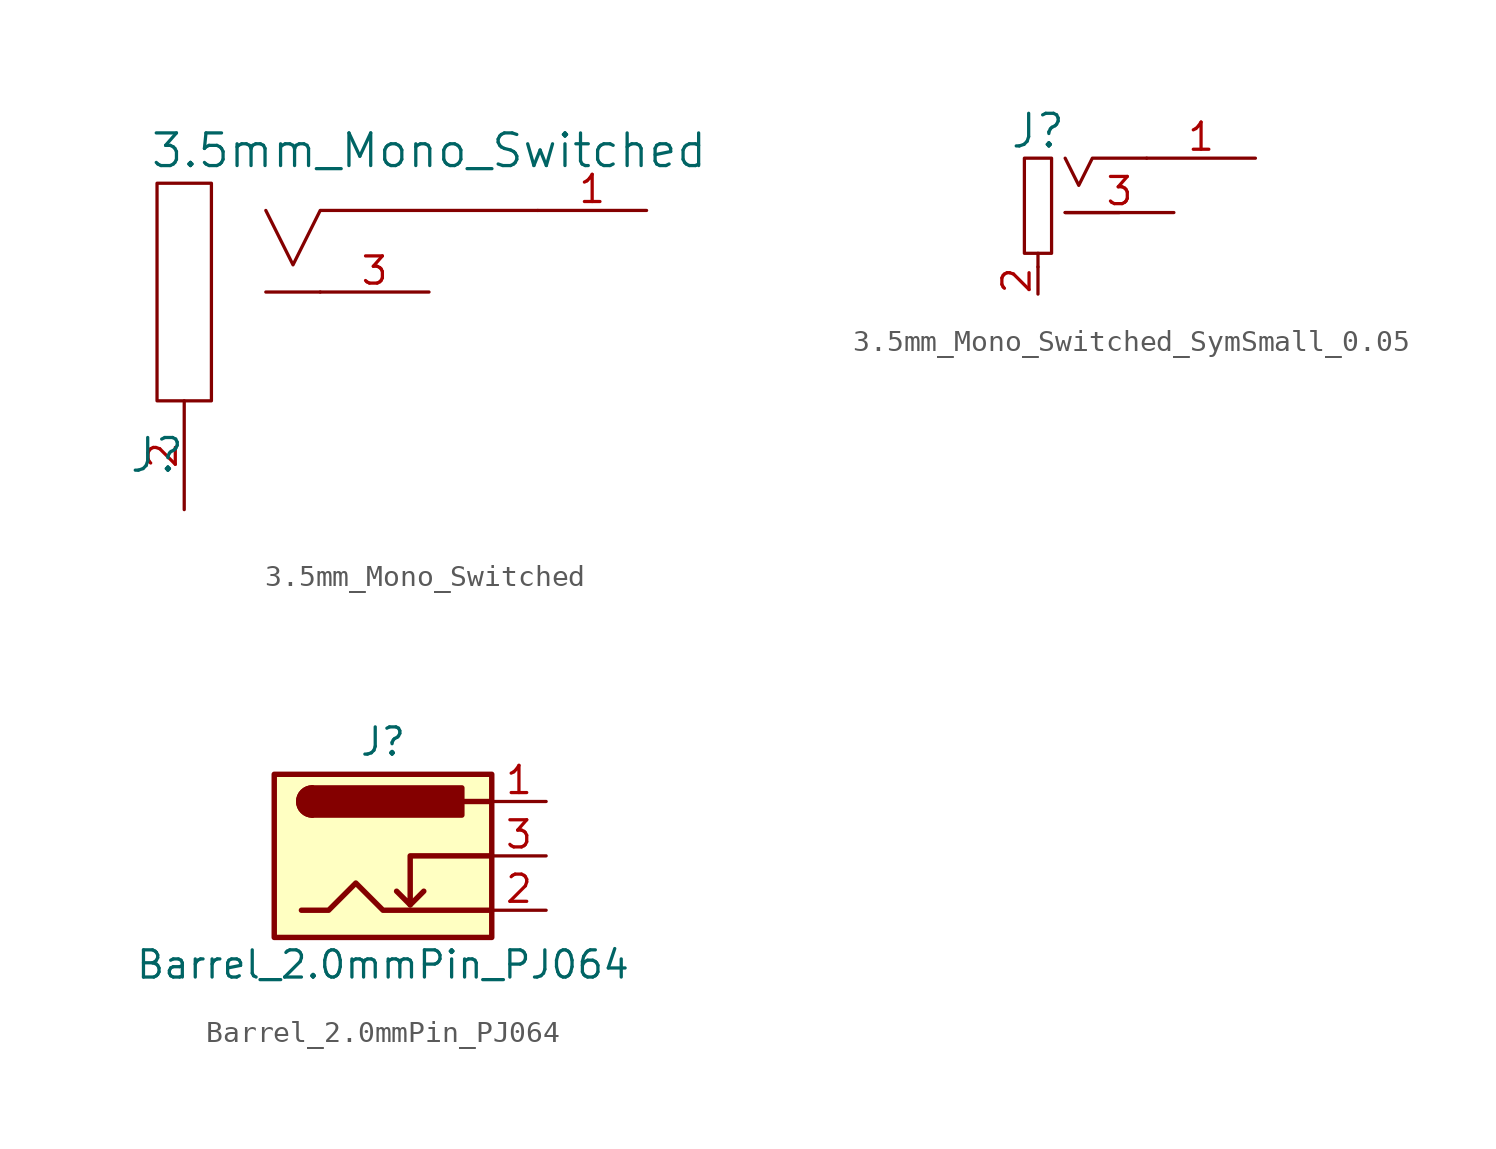
<source format=kicad_sym>
(kicad_symbol_lib
  (version 20211014)
  (generator kicad_symbol_editor)
  (symbol "3.5mm_Mono_Switched"
    (pin_names
      (offset 0) hide)
    (property "Reference" "J"
      (at -6.35 -7.62 0)
      (effects (font (size 1.524 1.524))))
    (property "Value" "3.5mm_Mono_Switched"
      (at 6.35 6.604 0)
      (effects (font (size 1.524 1.524))))
    (property "Datasheet" ""
      (at 0 0 0)
      (effects (font (size 1.524 1.524))))
    (symbol "3.5mm_Mono_Switched_0_0"
      (rectangle (start -6.35 5.08) (end -3.81 -5.08) (stroke (width 0) (type default) (color 0 0 0 0)) (fill (type none)))
      (polyline (pts (xy -1.27 0) (xy 1.27 0)) (stroke (width 0) (type default) (color 0 0 0 0)) (fill (type none)))
      (polyline (pts (xy -1.27 3.81) (xy 0 1.27) (xy 1.27 3.81) (xy 11.43 3.81)) (stroke (width 0) (type default) (color 0 0 0 0)) (fill (type none))))
    (symbol "3.5mm_Mono_Switched_1_1"
      (pin passive line (at 16.51 3.81 180) (length 5.08) (name "SIG" (effects (font (size 1.27 1.27)))) (number "1" (effects (font (size 1.27 1.27)))))
      (pin passive line (at -5.08 -10.16 90) (length 5.08) (name "SHEILD" (effects (font (size 1.27 1.27)))) (number "2" (effects (font (size 1.27 1.27)))))
      (pin passive line (at 6.35 0 180) (length 5.08) (name "SW" (effects (font (size 1.27 1.27)))) (number "3" (effects (font (size 1.27 1.27)))))))
  (symbol "3.5mm_Mono_Switched_SymSmall_0.05"
    (pin_names
      (offset 0) hide)
    (property "Reference" "J"
      (at -2.54 3.81 0)
      (effects (font (size 1.524 1.524))))
    (property "Datasheet" ""
      (at 0 0 0)
      (effects (font (size 1.524 1.524))))
    (symbol "3.5mm_Mono_Switched_SymSmall_0.05_0_0"
      (polyline (pts (xy -1.27 0) (xy 1.27 0)) (stroke (width 0) (type default) (color 0 0 0 0)) (fill (type none))))
    (symbol "3.5mm_Mono_Switched_SymSmall_0.05_0_1"
      (rectangle (start -3.175 2.54) (end -1.905 -1.905) (stroke (width 0) (type default) (color 0 0 0 0)) (fill (type none)))
      (polyline (pts (xy -2.54 -2.54) (xy -2.54 -1.905)) (stroke (width 0) (type default) (color 0 0 0 0)) (fill (type none)))
      (polyline (pts (xy -1.27 2.54) (xy -0.635 1.27) (xy 0 2.54) (xy 2.54 2.54)) (stroke (width 0) (type default) (color 0 0 0 0)) (fill (type none))))
    (symbol "3.5mm_Mono_Switched_SymSmall_0.05_1_1"
      (pin passive line (at 7.62 2.54 180) (length 5.08) (name "SIG" (effects (font (size 1.27 1.27)))) (number "1" (effects (font (size 1.27 1.27)))))
      (pin passive line (at -2.54 -3.81 90) (length 1.27) (name "SHEILD" (effects (font (size 1.27 1.27)))) (number "2" (effects (font (size 1.27 1.27)))))
      (pin passive line (at 3.81 0 180) (length 5.08) (name "SW" (effects (font (size 1.27 1.27)))) (number "3" (effects (font (size 1.27 1.27)))))))
  (symbol "Barrel_2.0mmPin_PJ064"
    (pin_names hide)
    (property "Reference" "J"
      (at 0 5.334 0)
      (effects (font (size 1.27 1.27))))
    (property "Value" "Barrel_2.0mmPin_PJ064"
      (at 0 -5.08 0)
      (effects (font (size 1.27 1.27))))
    (symbol "Barrel_2.0mmPin_PJ064_0_1"
      (rectangle (start -5.08 3.81) (end 5.08 -3.81) (stroke (width 0.254) (type default) (color 0 0 0 0)) (fill (type background)))
      (arc (start -3.302 3.175) (mid -3.937 2.54) (end -3.302 1.905) (stroke (width 0.254) (type default) (color 0 0 0 0)) (fill (type none)))
      (arc (start -3.302 3.175) (mid -3.937 2.54) (end -3.302 1.905) (stroke (width 0.254) (type default) (color 0 0 0 0)) (fill (type outline)))
      (polyline (pts (xy 1.27 -2.286) (xy 1.905 -1.651)) (stroke (width 0.254) (type default) (color 0 0 0 0)) (fill (type none)))
      (polyline (pts (xy 5.08 2.54) (xy 3.81 2.54)) (stroke (width 0.254) (type default) (color 0 0 0 0)) (fill (type none)))
      (polyline (pts (xy 5.08 0) (xy 1.27 0) (xy 1.27 -2.286) (xy 0.635 -1.651)) (stroke (width 0.254) (type default) (color 0 0 0 0)) (fill (type none)))
      (polyline (pts (xy -3.81 -2.54) (xy -2.54 -2.54) (xy -1.27 -1.27) (xy 0 -2.54) (xy 2.54 -2.54) (xy 5.08 -2.54)) (stroke (width 0.254) (type default) (color 0 0 0 0)) (fill (type none)))
      (rectangle (start 3.683 3.175) (end -3.302 1.905) (stroke (width 0.254) (type default) (color 0 0 0 0)) (fill (type outline))))
    (symbol "Barrel_2.0mmPin_PJ064_1_1"
      (pin passive line (at 7.62 2.54 180) (length 2.54) (name "~" (effects (font (size 1.27 1.27)))) (number "1" (effects (font (size 1.27 1.27)))))
      (pin passive line (at 7.62 -2.54 180) (length 2.54) (name "~" (effects (font (size 1.27 1.27)))) (number "2" (effects (font (size 1.27 1.27)))))
      (pin passive line (at 7.62 0 180) (length 2.54) (name "~" (effects (font (size 1.27 1.27)))) (number "3" (effects (font (size 1.27 1.27))))))))
</source>
